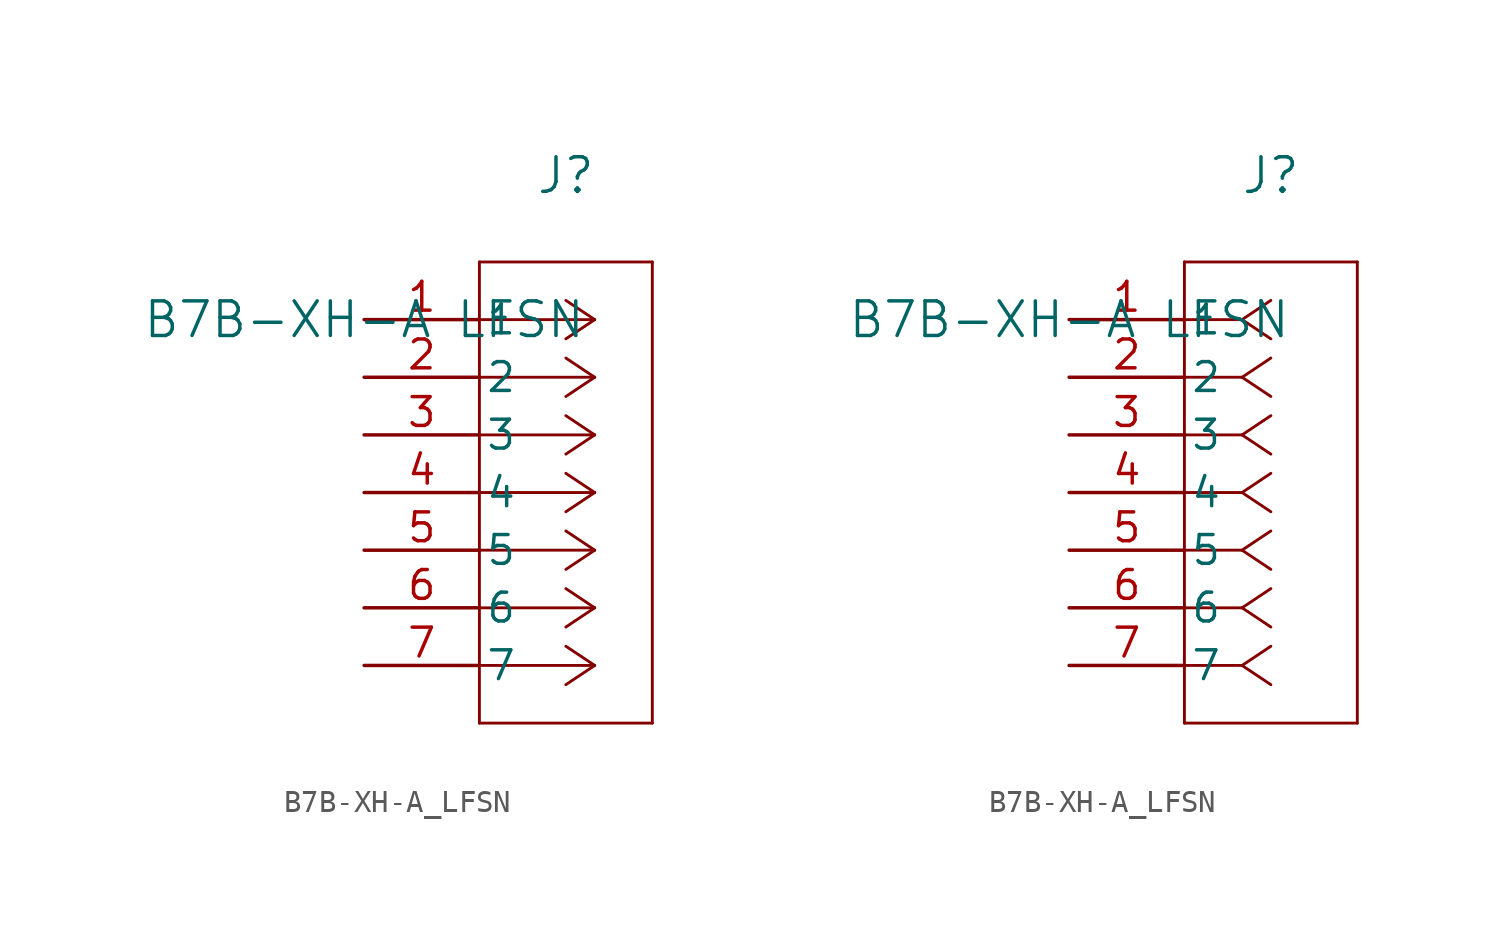
<source format=kicad_sym>
(kicad_symbol_lib
  (version 20211014)
  (generator kicad_symbol_editor)
  (symbol "B7B-XH-A_LFSN"
    (pin_names
      (offset 0.254))
    (property "Reference" "J"
      (at 8.89 6.35 0)
      (effects (font (size 1.524 1.524))))
    (property "Value" "B7B-XH-A LFSN"
      (at 0 0 0)
      (effects (font (size 1.524 1.524))))
    (symbol "B7B-XH-A_LFSN_1_1"
      (polyline (pts (xy 10.16 0) (xy 5.08 0)) (stroke (width 0.127) (type default) (color 0 0 0 0)) (fill (type none)))
      (polyline (pts (xy 10.16 -2.54) (xy 5.08 -2.54)) (stroke (width 0.127) (type default) (color 0 0 0 0)) (fill (type none)))
      (polyline (pts (xy 10.16 -5.08) (xy 5.08 -5.08)) (stroke (width 0.127) (type default) (color 0 0 0 0)) (fill (type none)))
      (polyline (pts (xy 10.16 -7.62) (xy 5.08 -7.62)) (stroke (width 0.127) (type default) (color 0 0 0 0)) (fill (type none)))
      (polyline (pts (xy 10.16 -10.16) (xy 5.08 -10.16)) (stroke (width 0.127) (type default) (color 0 0 0 0)) (fill (type none)))
      (polyline (pts (xy 10.16 -12.7) (xy 5.08 -12.7)) (stroke (width 0.127) (type default) (color 0 0 0 0)) (fill (type none)))
      (polyline (pts (xy 10.16 -15.24) (xy 5.08 -15.24)) (stroke (width 0.127) (type default) (color 0 0 0 0)) (fill (type none)))
      (polyline (pts (xy 10.16 0) (xy 8.89 0.847)) (stroke (width 0.127) (type default) (color 0 0 0 0)) (fill (type none)))
      (polyline (pts (xy 10.16 -2.54) (xy 8.89 -1.693)) (stroke (width 0.127) (type default) (color 0 0 0 0)) (fill (type none)))
      (polyline (pts (xy 10.16 -5.08) (xy 8.89 -4.233)) (stroke (width 0.127) (type default) (color 0 0 0 0)) (fill (type none)))
      (polyline (pts (xy 10.16 -7.62) (xy 8.89 -6.773)) (stroke (width 0.127) (type default) (color 0 0 0 0)) (fill (type none)))
      (polyline (pts (xy 10.16 -10.16) (xy 8.89 -9.313)) (stroke (width 0.127) (type default) (color 0 0 0 0)) (fill (type none)))
      (polyline (pts (xy 10.16 -12.7) (xy 8.89 -11.853)) (stroke (width 0.127) (type default) (color 0 0 0 0)) (fill (type none)))
      (polyline (pts (xy 10.16 -15.24) (xy 8.89 -14.393)) (stroke (width 0.127) (type default) (color 0 0 0 0)) (fill (type none)))
      (polyline (pts (xy 10.16 0) (xy 8.89 -0.847)) (stroke (width 0.127) (type default) (color 0 0 0 0)) (fill (type none)))
      (polyline (pts (xy 10.16 -2.54) (xy 8.89 -3.387)) (stroke (width 0.127) (type default) (color 0 0 0 0)) (fill (type none)))
      (polyline (pts (xy 10.16 -5.08) (xy 8.89 -5.927)) (stroke (width 0.127) (type default) (color 0 0 0 0)) (fill (type none)))
      (polyline (pts (xy 10.16 -7.62) (xy 8.89 -8.467)) (stroke (width 0.127) (type default) (color 0 0 0 0)) (fill (type none)))
      (polyline (pts (xy 10.16 -10.16) (xy 8.89 -11.007)) (stroke (width 0.127) (type default) (color 0 0 0 0)) (fill (type none)))
      (polyline (pts (xy 10.16 -12.7) (xy 8.89 -13.547)) (stroke (width 0.127) (type default) (color 0 0 0 0)) (fill (type none)))
      (polyline (pts (xy 10.16 -15.24) (xy 8.89 -16.087)) (stroke (width 0.127) (type default) (color 0 0 0 0)) (fill (type none)))
      (polyline (pts (xy 5.08 2.54) (xy 5.08 -17.78)) (stroke (width 0.127) (type default) (color 0 0 0 0)) (fill (type none)))
      (polyline (pts (xy 5.08 -17.78) (xy 12.7 -17.78)) (stroke (width 0.127) (type default) (color 0 0 0 0)) (fill (type none)))
      (polyline (pts (xy 12.7 -17.78) (xy 12.7 2.54)) (stroke (width 0.127) (type default) (color 0 0 0 0)) (fill (type none)))
      (polyline (pts (xy 12.7 2.54) (xy 5.08 2.54)) (stroke (width 0.127) (type default) (color 0 0 0 0)) (fill (type none)))
      (pin unspecified line (at 0 0 0) (length 5.08) (name "1" (effects (font (size 1.27 1.27)))) (number "1" (effects (font (size 1.27 1.27)))))
      (pin unspecified line (at 0 -2.54 0) (length 5.08) (name "2" (effects (font (size 1.27 1.27)))) (number "2" (effects (font (size 1.27 1.27)))))
      (pin unspecified line (at 0 -5.08 0) (length 5.08) (name "3" (effects (font (size 1.27 1.27)))) (number "3" (effects (font (size 1.27 1.27)))))
      (pin unspecified line (at 0 -7.62 0) (length 5.08) (name "4" (effects (font (size 1.27 1.27)))) (number "4" (effects (font (size 1.27 1.27)))))
      (pin unspecified line (at 0 -10.16 0) (length 5.08) (name "5" (effects (font (size 1.27 1.27)))) (number "5" (effects (font (size 1.27 1.27)))))
      (pin unspecified line (at 0 -12.7 0) (length 5.08) (name "6" (effects (font (size 1.27 1.27)))) (number "6" (effects (font (size 1.27 1.27)))))
      (pin unspecified line (at 0 -15.24 0) (length 5.08) (name "7" (effects (font (size 1.27 1.27)))) (number "7" (effects (font (size 1.27 1.27))))))
    (symbol "B7B-XH-A_LFSN_1_2"
      (polyline (pts (xy 7.62 0) (xy 5.08 0)) (stroke (width 0.127) (type default) (color 0 0 0 0)) (fill (type none)))
      (polyline (pts (xy 7.62 -2.54) (xy 5.08 -2.54)) (stroke (width 0.127) (type default) (color 0 0 0 0)) (fill (type none)))
      (polyline (pts (xy 7.62 -5.08) (xy 5.08 -5.08)) (stroke (width 0.127) (type default) (color 0 0 0 0)) (fill (type none)))
      (polyline (pts (xy 7.62 -7.62) (xy 5.08 -7.62)) (stroke (width 0.127) (type default) (color 0 0 0 0)) (fill (type none)))
      (polyline (pts (xy 7.62 -10.16) (xy 5.08 -10.16)) (stroke (width 0.127) (type default) (color 0 0 0 0)) (fill (type none)))
      (polyline (pts (xy 7.62 -12.7) (xy 5.08 -12.7)) (stroke (width 0.127) (type default) (color 0 0 0 0)) (fill (type none)))
      (polyline (pts (xy 7.62 -15.24) (xy 5.08 -15.24)) (stroke (width 0.127) (type default) (color 0 0 0 0)) (fill (type none)))
      (polyline (pts (xy 7.62 0) (xy 8.89 0.847)) (stroke (width 0.127) (type default) (color 0 0 0 0)) (fill (type none)))
      (polyline (pts (xy 7.62 -2.54) (xy 8.89 -1.693)) (stroke (width 0.127) (type default) (color 0 0 0 0)) (fill (type none)))
      (polyline (pts (xy 7.62 -5.08) (xy 8.89 -4.233)) (stroke (width 0.127) (type default) (color 0 0 0 0)) (fill (type none)))
      (polyline (pts (xy 7.62 -7.62) (xy 8.89 -6.773)) (stroke (width 0.127) (type default) (color 0 0 0 0)) (fill (type none)))
      (polyline (pts (xy 7.62 -10.16) (xy 8.89 -9.313)) (stroke (width 0.127) (type default) (color 0 0 0 0)) (fill (type none)))
      (polyline (pts (xy 7.62 -12.7) (xy 8.89 -11.853)) (stroke (width 0.127) (type default) (color 0 0 0 0)) (fill (type none)))
      (polyline (pts (xy 7.62 -15.24) (xy 8.89 -14.393)) (stroke (width 0.127) (type default) (color 0 0 0 0)) (fill (type none)))
      (polyline (pts (xy 7.62 0) (xy 8.89 -0.847)) (stroke (width 0.127) (type default) (color 0 0 0 0)) (fill (type none)))
      (polyline (pts (xy 7.62 -2.54) (xy 8.89 -3.387)) (stroke (width 0.127) (type default) (color 0 0 0 0)) (fill (type none)))
      (polyline (pts (xy 7.62 -5.08) (xy 8.89 -5.927)) (stroke (width 0.127) (type default) (color 0 0 0 0)) (fill (type none)))
      (polyline (pts (xy 7.62 -7.62) (xy 8.89 -8.467)) (stroke (width 0.127) (type default) (color 0 0 0 0)) (fill (type none)))
      (polyline (pts (xy 7.62 -10.16) (xy 8.89 -11.007)) (stroke (width 0.127) (type default) (color 0 0 0 0)) (fill (type none)))
      (polyline (pts (xy 7.62 -12.7) (xy 8.89 -13.547)) (stroke (width 0.127) (type default) (color 0 0 0 0)) (fill (type none)))
      (polyline (pts (xy 7.62 -15.24) (xy 8.89 -16.087)) (stroke (width 0.127) (type default) (color 0 0 0 0)) (fill (type none)))
      (polyline (pts (xy 5.08 2.54) (xy 5.08 -17.78)) (stroke (width 0.127) (type default) (color 0 0 0 0)) (fill (type none)))
      (polyline (pts (xy 5.08 -17.78) (xy 12.7 -17.78)) (stroke (width 0.127) (type default) (color 0 0 0 0)) (fill (type none)))
      (polyline (pts (xy 12.7 -17.78) (xy 12.7 2.54)) (stroke (width 0.127) (type default) (color 0 0 0 0)) (fill (type none)))
      (polyline (pts (xy 12.7 2.54) (xy 5.08 2.54)) (stroke (width 0.127) (type default) (color 0 0 0 0)) (fill (type none)))
      (pin unspecified line (at 0 0 0) (length 5.08) (name "1" (effects (font (size 1.27 1.27)))) (number "1" (effects (font (size 1.27 1.27)))))
      (pin unspecified line (at 0 -2.54 0) (length 5.08) (name "2" (effects (font (size 1.27 1.27)))) (number "2" (effects (font (size 1.27 1.27)))))
      (pin unspecified line (at 0 -5.08 0) (length 5.08) (name "3" (effects (font (size 1.27 1.27)))) (number "3" (effects (font (size 1.27 1.27)))))
      (pin unspecified line (at 0 -7.62 0) (length 5.08) (name "4" (effects (font (size 1.27 1.27)))) (number "4" (effects (font (size 1.27 1.27)))))
      (pin unspecified line (at 0 -10.16 0) (length 5.08) (name "5" (effects (font (size 1.27 1.27)))) (number "5" (effects (font (size 1.27 1.27)))))
      (pin unspecified line (at 0 -12.7 0) (length 5.08) (name "6" (effects (font (size 1.27 1.27)))) (number "6" (effects (font (size 1.27 1.27)))))
      (pin unspecified line (at 0 -15.24 0) (length 5.08) (name "7" (effects (font (size 1.27 1.27)))) (number "7" (effects (font (size 1.27 1.27))))))))
</source>
